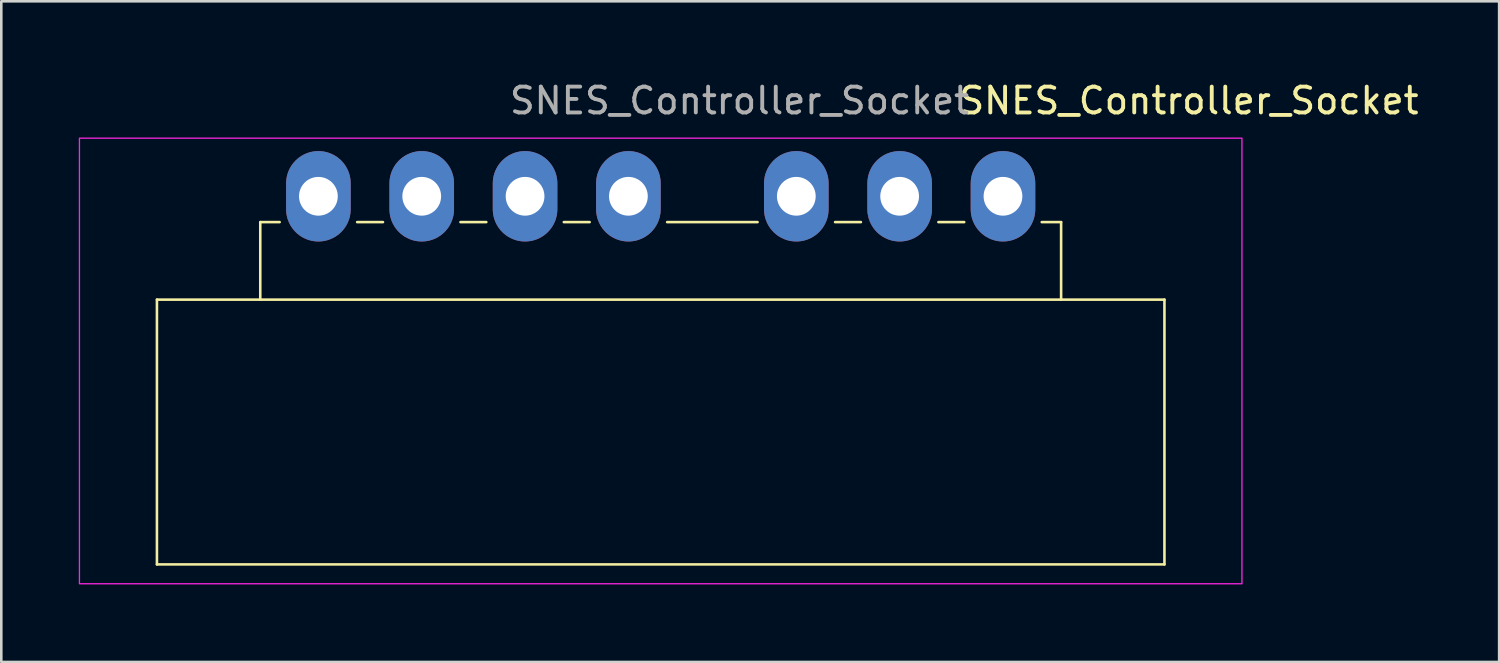
<source format=kicad_pcb>
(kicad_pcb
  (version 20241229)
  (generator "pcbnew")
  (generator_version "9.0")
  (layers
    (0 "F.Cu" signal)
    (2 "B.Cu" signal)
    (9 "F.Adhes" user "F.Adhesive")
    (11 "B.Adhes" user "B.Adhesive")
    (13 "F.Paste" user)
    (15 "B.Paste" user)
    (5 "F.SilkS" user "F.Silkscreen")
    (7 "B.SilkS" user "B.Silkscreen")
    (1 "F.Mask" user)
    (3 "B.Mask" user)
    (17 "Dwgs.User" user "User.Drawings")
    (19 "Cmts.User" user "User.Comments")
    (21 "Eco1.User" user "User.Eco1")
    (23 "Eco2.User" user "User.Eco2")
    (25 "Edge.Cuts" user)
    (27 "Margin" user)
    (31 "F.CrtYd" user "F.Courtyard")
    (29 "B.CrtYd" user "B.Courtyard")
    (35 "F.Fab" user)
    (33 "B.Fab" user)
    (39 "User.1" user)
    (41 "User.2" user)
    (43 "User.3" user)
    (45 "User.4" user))
  (footprint "SNES_Controller_Socket"
    (layer "F.Cu")
    (at 9.275 4.548)
    (property "Reference" "SNES_Controller_Socket" (at 33.7 -3.7 0) (unlocked yes) (layer "F.SilkS") (effects (font (size 1 1) (thickness 0.15))))
    (attr through_hole)
    (fp_line (start -6.25 4) (end -6.25 14.25) (stroke (width 0.1) (type default)) (layer "F.SilkS"))
    (fp_line (start -6.25 4) (end 32.75 4) (stroke (width 0.1) (type default)) (layer "F.SilkS"))
    (fp_line (start -6.25 14.25) (end 32.75 14.25) (stroke (width 0.1) (type default)) (layer "F.SilkS"))
    (fp_line (start -2.25 1) (end -2.25 4) (stroke (width 0.1) (type default)) (layer "F.SilkS"))
    (fp_line (start -2.25 1) (end -1.5 1) (stroke (width 0.1) (type default)) (layer "F.SilkS"))
    (fp_line (start 1.5 1) (end 2.5 1) (stroke (width 0.1) (type default)) (layer "F.SilkS"))
    (fp_line (start 5.5 1) (end 6.5 1) (stroke (width 0.1) (type default)) (layer "F.SilkS"))
    (fp_line (start 9.5 1) (end 10.5 1) (stroke (width 0.1) (type default)) (layer "F.SilkS"))
    (fp_line (start 13.5 1) (end 17 1) (stroke (width 0.1) (type default)) (layer "F.SilkS"))
    (fp_line (start 20 1) (end 21 1) (stroke (width 0.1) (type default)) (layer "F.SilkS"))
    (fp_line (start 24 1) (end 25 1) (stroke (width 0.1) (type default)) (layer "F.SilkS"))
    (fp_line (start 28 1) (end 28.75 1) (stroke (width 0.1) (type default)) (layer "F.SilkS"))
    (fp_line (start 28.75 1) (end 28.75 4) (stroke (width 0.1) (type default)) (layer "F.SilkS"))
    (fp_line (start 32.75 4) (end 32.75 14.25) (stroke (width 0.1) (type default)) (layer "F.SilkS"))
    (fp_rect (start -9.25 -2.25) (end 35.75 15) (stroke (width 0.05) (type solid)) (fill no) (layer "F.CrtYd"))
    (fp_text user "${REFERENCE}" (at 16.3 -3.7 0) (unlocked yes) (layer "F.Fab") (effects (font (size 1 1) (thickness 0.15))))
    (pad "1" thru_hole oval (at 0 0) (size 2.5 3.5) (drill 1.5) (layers "*.Cu" "*.Mask"))
    (pad "2" thru_hole oval (at 4 0) (size 2.5 3.5) (drill 1.5) (layers "*.Cu" "*.Mask"))
    (pad "3" thru_hole oval (at 8 0) (size 2.5 3.5) (drill 1.5) (layers "*.Cu" "*.Mask"))
    (pad "4" thru_hole oval (at 12 0) (size 2.5 3.5) (drill 1.5) (layers "*.Cu" "*.Mask"))
    (pad "5" thru_hole oval (at 18.5 0) (size 2.5 3.5) (drill 1.5) (layers "*.Cu" "*.Mask"))
    (pad "6" thru_hole oval (at 22.5 0) (size 2.5 3.5) (drill 1.5) (layers "*.Cu" "*.Mask"))
    (pad "7" thru_hole oval (at 26.5 0) (size 2.5 3.5) (drill 1.5) (layers "*.Cu" "*.Mask")))
  (gr_rect
    (start -3 -3)
    (end 54.981 22.573)
    (stroke (width 0.1) (type default))
    (fill no)
    (layer "Edge.Cuts")))
</source>
